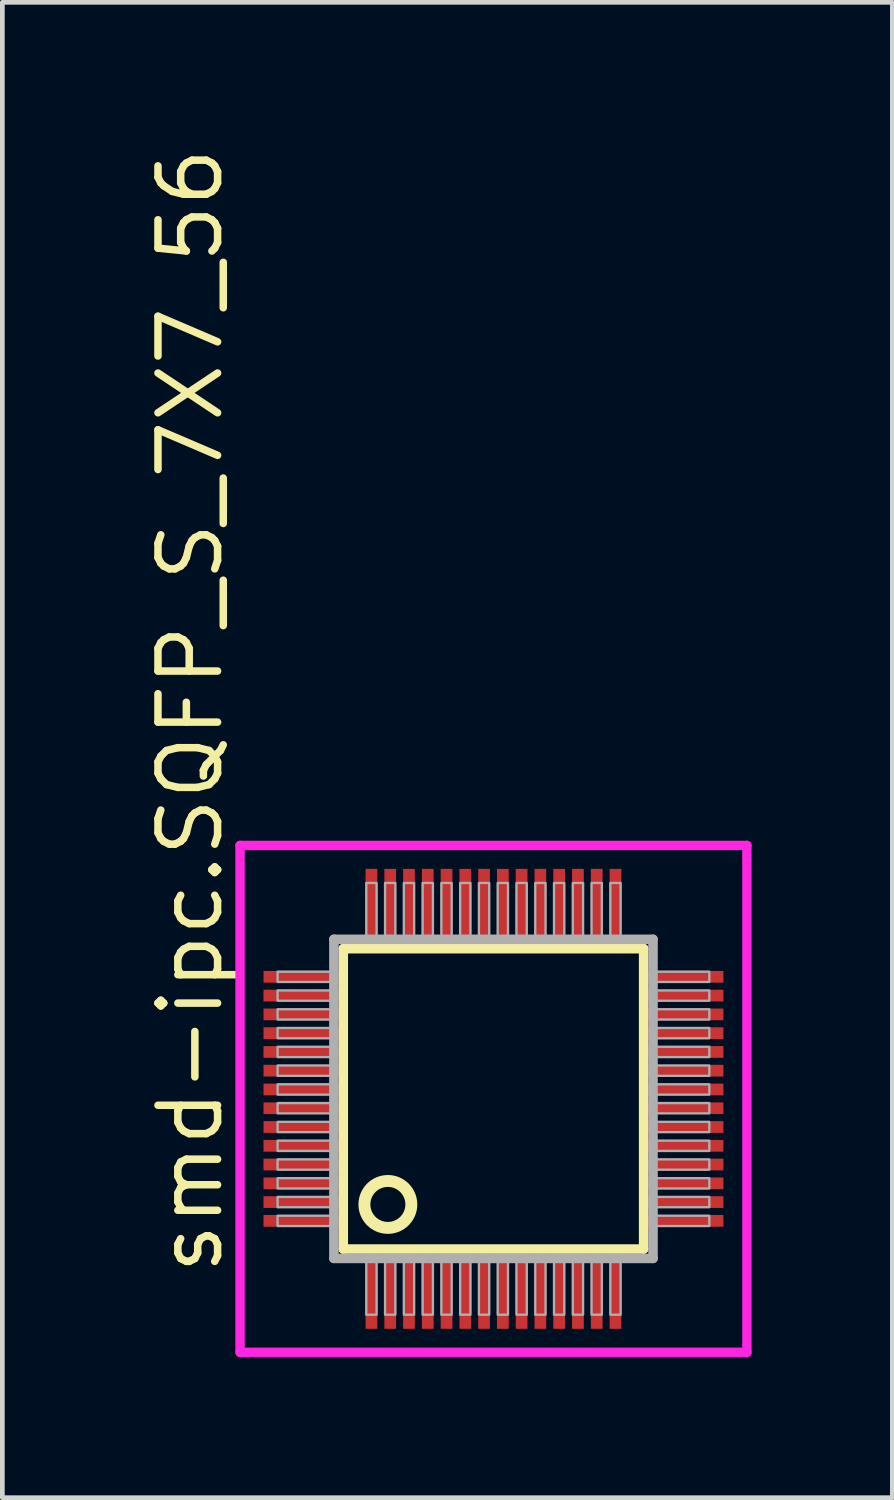
<source format=kicad_pcb>
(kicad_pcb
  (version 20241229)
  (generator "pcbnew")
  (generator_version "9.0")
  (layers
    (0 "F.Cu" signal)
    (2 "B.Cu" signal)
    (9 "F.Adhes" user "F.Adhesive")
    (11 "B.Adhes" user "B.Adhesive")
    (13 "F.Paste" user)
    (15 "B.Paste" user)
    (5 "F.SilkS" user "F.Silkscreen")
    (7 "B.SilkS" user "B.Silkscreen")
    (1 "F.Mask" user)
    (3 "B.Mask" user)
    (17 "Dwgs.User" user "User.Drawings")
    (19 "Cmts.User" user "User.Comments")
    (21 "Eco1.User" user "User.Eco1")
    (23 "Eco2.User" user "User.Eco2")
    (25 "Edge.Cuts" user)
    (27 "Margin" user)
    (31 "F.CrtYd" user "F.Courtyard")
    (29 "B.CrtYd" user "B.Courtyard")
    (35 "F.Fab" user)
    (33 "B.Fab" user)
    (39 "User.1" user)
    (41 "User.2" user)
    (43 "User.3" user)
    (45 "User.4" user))
  (footprint "smd-ipc.SQFP_S_7X7_56"
    (layer "F.Cu")
    (at 7.465 20.365)
    (property "Reference" "smd-ipc.SQFP_S_7X7_56" (at -5.715 3.81 90) (layer "F.SilkS") (effects (font (size 1.27 1.27) (thickness 0.16)) (justify left bottom)))
    (attr smd)
    (fp_line (start -3.2 -3.2) (end 3.2 -3.2) (stroke (width 0.203) (type default)) (layer "F.SilkS"))
    (fp_line (start -3.2 3.2) (end -3.2 -3.2) (stroke (width 0.203) (type default)) (layer "F.SilkS"))
    (fp_line (start 3.2 -3.2) (end 3.2 3.2) (stroke (width 0.203) (type default)) (layer "F.SilkS"))
    (fp_line (start 3.2 3.2) (end -3.2 3.2) (stroke (width 0.203) (type default)) (layer "F.SilkS"))
    (fp_circle (center -2.25 2.25) (end -1.75 2.25) (stroke (width 0.254) (type default)) (fill no) (layer "F.SilkS"))
    (fp_line (start -5.4 -5.4) (end 5.4 -5.4) (stroke (width 0.2) (type default)) (layer "F.CrtYd"))
    (fp_line (start -5.4 5.4) (end -5.4 -5.4) (stroke (width 0.2) (type default)) (layer "F.CrtYd"))
    (fp_line (start 5.4 -5.4) (end 5.4 5.4) (stroke (width 0.2) (type default)) (layer "F.CrtYd"))
    (fp_line (start 5.4 5.4) (end -5.4 5.4) (stroke (width 0.2) (type default)) (layer "F.CrtYd"))
    (fp_line (start -3.4 -3.4) (end -3.4 3.4) (stroke (width 0.203) (type default)) (layer "F.Fab"))
    (fp_line (start -3.4 3.4) (end 3.4 3.4) (stroke (width 0.203) (type default)) (layer "F.Fab"))
    (fp_line (start 3.4 -3.4) (end -3.4 -3.4) (stroke (width 0.203) (type default)) (layer "F.Fab"))
    (fp_line (start 3.4 3.4) (end 3.4 -3.4) (stroke (width 0.203) (type default)) (layer "F.Fab"))
    (fp_rect (start -4.6 -2.49) (end -3.45 -2.71) (stroke (width 0.05) (type default)) (fill no) (layer "F.Fab"))
    (fp_rect (start -4.6 -2.09) (end -3.45 -2.31) (stroke (width 0.05) (type default)) (fill no) (layer "F.Fab"))
    (fp_rect (start -4.6 -1.69) (end -3.45 -1.91) (stroke (width 0.05) (type default)) (fill no) (layer "F.Fab"))
    (fp_rect (start -4.6 -1.29) (end -3.45 -1.51) (stroke (width 0.05) (type default)) (fill no) (layer "F.Fab"))
    (fp_rect (start -4.6 -0.89) (end -3.45 -1.11) (stroke (width 0.05) (type default)) (fill no) (layer "F.Fab"))
    (fp_rect (start -4.6 -0.49) (end -3.45 -0.71) (stroke (width 0.05) (type default)) (fill no) (layer "F.Fab"))
    (fp_rect (start -4.6 -0.09) (end -3.45 -0.31) (stroke (width 0.05) (type default)) (fill no) (layer "F.Fab"))
    (fp_rect (start -4.6 0.31) (end -3.45 0.09) (stroke (width 0.05) (type default)) (fill no) (layer "F.Fab"))
    (fp_rect (start -4.6 0.71) (end -3.45 0.49) (stroke (width 0.05) (type default)) (fill no) (layer "F.Fab"))
    (fp_rect (start -4.6 1.11) (end -3.45 0.89) (stroke (width 0.05) (type default)) (fill no) (layer "F.Fab"))
    (fp_rect (start -4.6 1.51) (end -3.45 1.29) (stroke (width 0.05) (type default)) (fill no) (layer "F.Fab"))
    (fp_rect (start -4.6 1.91) (end -3.45 1.69) (stroke (width 0.05) (type default)) (fill no) (layer "F.Fab"))
    (fp_rect (start -4.6 2.31) (end -3.45 2.09) (stroke (width 0.05) (type default)) (fill no) (layer "F.Fab"))
    (fp_rect (start -4.6 2.71) (end -3.45 2.49) (stroke (width 0.05) (type default)) (fill no) (layer "F.Fab"))
    (fp_rect (start -2.71 -3.45) (end -2.49 -4.6) (stroke (width 0.05) (type default)) (fill no) (layer "F.Fab"))
    (fp_rect (start -2.71 4.6) (end -2.49 3.45) (stroke (width 0.05) (type default)) (fill no) (layer "F.Fab"))
    (fp_rect (start -2.31 -3.45) (end -2.09 -4.6) (stroke (width 0.05) (type default)) (fill no) (layer "F.Fab"))
    (fp_rect (start -2.31 4.6) (end -2.09 3.45) (stroke (width 0.05) (type default)) (fill no) (layer "F.Fab"))
    (fp_rect (start -1.91 -3.45) (end -1.69 -4.6) (stroke (width 0.05) (type default)) (fill no) (layer "F.Fab"))
    (fp_rect (start -1.91 4.6) (end -1.69 3.45) (stroke (width 0.05) (type default)) (fill no) (layer "F.Fab"))
    (fp_rect (start -1.51 -3.45) (end -1.29 -4.6) (stroke (width 0.05) (type default)) (fill no) (layer "F.Fab"))
    (fp_rect (start -1.51 4.6) (end -1.29 3.45) (stroke (width 0.05) (type default)) (fill no) (layer "F.Fab"))
    (fp_rect (start -1.11 -3.45) (end -0.89 -4.6) (stroke (width 0.05) (type default)) (fill no) (layer "F.Fab"))
    (fp_rect (start -1.11 4.6) (end -0.89 3.45) (stroke (width 0.05) (type default)) (fill no) (layer "F.Fab"))
    (fp_rect (start -0.71 -3.45) (end -0.49 -4.6) (stroke (width 0.05) (type default)) (fill no) (layer "F.Fab"))
    (fp_rect (start -0.71 4.6) (end -0.49 3.45) (stroke (width 0.05) (type default)) (fill no) (layer "F.Fab"))
    (fp_rect (start -0.31 -3.45) (end -0.09 -4.6) (stroke (width 0.05) (type default)) (fill no) (layer "F.Fab"))
    (fp_rect (start -0.31 4.6) (end -0.09 3.45) (stroke (width 0.05) (type default)) (fill no) (layer "F.Fab"))
    (fp_rect (start 0.09 -3.45) (end 0.31 -4.6) (stroke (width 0.05) (type default)) (fill no) (layer "F.Fab"))
    (fp_rect (start 0.09 4.6) (end 0.31 3.45) (stroke (width 0.05) (type default)) (fill no) (layer "F.Fab"))
    (fp_rect (start 0.49 -3.45) (end 0.71 -4.6) (stroke (width 0.05) (type default)) (fill no) (layer "F.Fab"))
    (fp_rect (start 0.49 4.6) (end 0.71 3.45) (stroke (width 0.05) (type default)) (fill no) (layer "F.Fab"))
    (fp_rect (start 0.89 -3.45) (end 1.11 -4.6) (stroke (width 0.05) (type default)) (fill no) (layer "F.Fab"))
    (fp_rect (start 0.89 4.6) (end 1.11 3.45) (stroke (width 0.05) (type default)) (fill no) (layer "F.Fab"))
    (fp_rect (start 1.29 -3.45) (end 1.51 -4.6) (stroke (width 0.05) (type default)) (fill no) (layer "F.Fab"))
    (fp_rect (start 1.29 4.6) (end 1.51 3.45) (stroke (width 0.05) (type default)) (fill no) (layer "F.Fab"))
    (fp_rect (start 1.69 -3.45) (end 1.91 -4.6) (stroke (width 0.05) (type default)) (fill no) (layer "F.Fab"))
    (fp_rect (start 1.69 4.6) (end 1.91 3.45) (stroke (width 0.05) (type default)) (fill no) (layer "F.Fab"))
    (fp_rect (start 2.09 -3.45) (end 2.31 -4.6) (stroke (width 0.05) (type default)) (fill no) (layer "F.Fab"))
    (fp_rect (start 2.09 4.6) (end 2.31 3.45) (stroke (width 0.05) (type default)) (fill no) (layer "F.Fab"))
    (fp_rect (start 2.49 -3.45) (end 2.71 -4.6) (stroke (width 0.05) (type default)) (fill no) (layer "F.Fab"))
    (fp_rect (start 2.49 4.6) (end 2.71 3.45) (stroke (width 0.05) (type default)) (fill no) (layer "F.Fab"))
    (fp_rect (start 3.45 -2.49) (end 4.6 -2.71) (stroke (width 0.05) (type default)) (fill no) (layer "F.Fab"))
    (fp_rect (start 3.45 -2.09) (end 4.6 -2.31) (stroke (width 0.05) (type default)) (fill no) (layer "F.Fab"))
    (fp_rect (start 3.45 -1.69) (end 4.6 -1.91) (stroke (width 0.05) (type default)) (fill no) (layer "F.Fab"))
    (fp_rect (start 3.45 -1.29) (end 4.6 -1.51) (stroke (width 0.05) (type default)) (fill no) (layer "F.Fab"))
    (fp_rect (start 3.45 -0.89) (end 4.6 -1.11) (stroke (width 0.05) (type default)) (fill no) (layer "F.Fab"))
    (fp_rect (start 3.45 -0.49) (end 4.6 -0.71) (stroke (width 0.05) (type default)) (fill no) (layer "F.Fab"))
    (fp_rect (start 3.45 -0.09) (end 4.6 -0.31) (stroke (width 0.05) (type default)) (fill no) (layer "F.Fab"))
    (fp_rect (start 3.45 0.31) (end 4.6 0.09) (stroke (width 0.05) (type default)) (fill no) (layer "F.Fab"))
    (fp_rect (start 3.45 0.71) (end 4.6 0.49) (stroke (width 0.05) (type default)) (fill no) (layer "F.Fab"))
    (fp_rect (start 3.45 1.11) (end 4.6 0.89) (stroke (width 0.05) (type default)) (fill no) (layer "F.Fab"))
    (fp_rect (start 3.45 1.51) (end 4.6 1.29) (stroke (width 0.05) (type default)) (fill no) (layer "F.Fab"))
    (fp_rect (start 3.45 1.91) (end 4.6 1.69) (stroke (width 0.05) (type default)) (fill no) (layer "F.Fab"))
    (fp_rect (start 3.45 2.31) (end 4.6 2.09) (stroke (width 0.05) (type default)) (fill no) (layer "F.Fab"))
    (fp_rect (start 3.45 2.71) (end 4.6 2.49) (stroke (width 0.05) (type default)) (fill no) (layer "F.Fab"))
    (pad "1" smd roundrect (at -2.6 4.1) (size 0.25 1.6) (layers "F.Cu" "F.Mask" "F.Paste") (roundrect_rratio 0.01))
    (pad "2" smd roundrect (at -2.2 4.1) (size 0.25 1.6) (layers "F.Cu" "F.Mask" "F.Paste") (roundrect_rratio 0.01))
    (pad "3" smd roundrect (at -1.8 4.1) (size 0.25 1.6) (layers "F.Cu" "F.Mask" "F.Paste") (roundrect_rratio 0.01))
    (pad "4" smd roundrect (at -1.4 4.1) (size 0.25 1.6) (layers "F.Cu" "F.Mask" "F.Paste") (roundrect_rratio 0.01))
    (pad "5" smd roundrect (at -1 4.1) (size 0.25 1.6) (layers "F.Cu" "F.Mask" "F.Paste") (roundrect_rratio 0.01))
    (pad "6" smd roundrect (at -0.6 4.1) (size 0.25 1.6) (layers "F.Cu" "F.Mask" "F.Paste") (roundrect_rratio 0.01))
    (pad "7" smd roundrect (at -0.2 4.1) (size 0.25 1.6) (layers "F.Cu" "F.Mask" "F.Paste") (roundrect_rratio 0.01))
    (pad "8" smd roundrect (at 0.2 4.1) (size 0.25 1.6) (layers "F.Cu" "F.Mask" "F.Paste") (roundrect_rratio 0.01))
    (pad "9" smd roundrect (at 0.6 4.1) (size 0.25 1.6) (layers "F.Cu" "F.Mask" "F.Paste") (roundrect_rratio 0.01))
    (pad "10" smd roundrect (at 1 4.1) (size 0.25 1.6) (layers "F.Cu" "F.Mask" "F.Paste") (roundrect_rratio 0.01))
    (pad "11" smd roundrect (at 1.4 4.1) (size 0.25 1.6) (layers "F.Cu" "F.Mask" "F.Paste") (roundrect_rratio 0.01))
    (pad "12" smd roundrect (at 1.8 4.1) (size 0.25 1.6) (layers "F.Cu" "F.Mask" "F.Paste") (roundrect_rratio 0.01))
    (pad "13" smd roundrect (at 2.2 4.1) (size 0.25 1.6) (layers "F.Cu" "F.Mask" "F.Paste") (roundrect_rratio 0.01))
    (pad "14" smd roundrect (at 2.6 4.1) (size 0.25 1.6) (layers "F.Cu" "F.Mask" "F.Paste") (roundrect_rratio 0.01))
    (pad "15" smd roundrect (at 4.1 2.6) (size 1.6 0.25) (layers "F.Cu" "F.Mask" "F.Paste") (roundrect_rratio 0.01))
    (pad "16" smd roundrect (at 4.1 2.2) (size 1.6 0.25) (layers "F.Cu" "F.Mask" "F.Paste") (roundrect_rratio 0.01))
    (pad "17" smd roundrect (at 4.1 1.8) (size 1.6 0.25) (layers "F.Cu" "F.Mask" "F.Paste") (roundrect_rratio 0.01))
    (pad "18" smd roundrect (at 4.1 1.4) (size 1.6 0.25) (layers "F.Cu" "F.Mask" "F.Paste") (roundrect_rratio 0.01))
    (pad "19" smd roundrect (at 4.1 1) (size 1.6 0.25) (layers "F.Cu" "F.Mask" "F.Paste") (roundrect_rratio 0.01))
    (pad "20" smd roundrect (at 4.1 0.6) (size 1.6 0.25) (layers "F.Cu" "F.Mask" "F.Paste") (roundrect_rratio 0.01))
    (pad "21" smd roundrect (at 4.1 0.2) (size 1.6 0.25) (layers "F.Cu" "F.Mask" "F.Paste") (roundrect_rratio 0.01))
    (pad "22" smd roundrect (at 4.1 -0.2) (size 1.6 0.25) (layers "F.Cu" "F.Mask" "F.Paste") (roundrect_rratio 0.01))
    (pad "23" smd roundrect (at 4.1 -0.6) (size 1.6 0.25) (layers "F.Cu" "F.Mask" "F.Paste") (roundrect_rratio 0.01))
    (pad "24" smd roundrect (at 4.1 -1) (size 1.6 0.25) (layers "F.Cu" "F.Mask" "F.Paste") (roundrect_rratio 0.01))
    (pad "25" smd roundrect (at 4.1 -1.4) (size 1.6 0.25) (layers "F.Cu" "F.Mask" "F.Paste") (roundrect_rratio 0.01))
    (pad "26" smd roundrect (at 4.1 -1.8) (size 1.6 0.25) (layers "F.Cu" "F.Mask" "F.Paste") (roundrect_rratio 0.01))
    (pad "27" smd roundrect (at 4.1 -2.2) (size 1.6 0.25) (layers "F.Cu" "F.Mask" "F.Paste") (roundrect_rratio 0.01))
    (pad "28" smd roundrect (at 4.1 -2.6) (size 1.6 0.25) (layers "F.Cu" "F.Mask" "F.Paste") (roundrect_rratio 0.01))
    (pad "29" smd roundrect (at 2.6 -4.1) (size 0.25 1.6) (layers "F.Cu" "F.Mask" "F.Paste") (roundrect_rratio 0.01))
    (pad "30" smd roundrect (at 2.2 -4.1) (size 0.25 1.6) (layers "F.Cu" "F.Mask" "F.Paste") (roundrect_rratio 0.01))
    (pad "31" smd roundrect (at 1.8 -4.1) (size 0.25 1.6) (layers "F.Cu" "F.Mask" "F.Paste") (roundrect_rratio 0.01))
    (pad "32" smd roundrect (at 1.4 -4.1) (size 0.25 1.6) (layers "F.Cu" "F.Mask" "F.Paste") (roundrect_rratio 0.01))
    (pad "33" smd roundrect (at 1 -4.1) (size 0.25 1.6) (layers "F.Cu" "F.Mask" "F.Paste") (roundrect_rratio 0.01))
    (pad "34" smd roundrect (at 0.6 -4.1) (size 0.25 1.6) (layers "F.Cu" "F.Mask" "F.Paste") (roundrect_rratio 0.01))
    (pad "35" smd roundrect (at 0.2 -4.1) (size 0.25 1.6) (layers "F.Cu" "F.Mask" "F.Paste") (roundrect_rratio 0.01))
    (pad "36" smd roundrect (at -0.2 -4.1) (size 0.25 1.6) (layers "F.Cu" "F.Mask" "F.Paste") (roundrect_rratio 0.01))
    (pad "37" smd roundrect (at -0.6 -4.1) (size 0.25 1.6) (layers "F.Cu" "F.Mask" "F.Paste") (roundrect_rratio 0.01))
    (pad "38" smd roundrect (at -1 -4.1) (size 0.25 1.6) (layers "F.Cu" "F.Mask" "F.Paste") (roundrect_rratio 0.01))
    (pad "39" smd roundrect (at -1.4 -4.1) (size 0.25 1.6) (layers "F.Cu" "F.Mask" "F.Paste") (roundrect_rratio 0.01))
    (pad "40" smd roundrect (at -1.8 -4.1) (size 0.25 1.6) (layers "F.Cu" "F.Mask" "F.Paste") (roundrect_rratio 0.01))
    (pad "41" smd roundrect (at -2.2 -4.1) (size 0.25 1.6) (layers "F.Cu" "F.Mask" "F.Paste") (roundrect_rratio 0.01))
    (pad "42" smd roundrect (at -2.6 -4.1) (size 0.25 1.6) (layers "F.Cu" "F.Mask" "F.Paste") (roundrect_rratio 0.01))
    (pad "43" smd roundrect (at -4.1 -2.6) (size 1.6 0.25) (layers "F.Cu" "F.Mask" "F.Paste") (roundrect_rratio 0.01))
    (pad "44" smd roundrect (at -4.1 -2.2) (size 1.6 0.25) (layers "F.Cu" "F.Mask" "F.Paste") (roundrect_rratio 0.01))
    (pad "45" smd roundrect (at -4.1 -1.8) (size 1.6 0.25) (layers "F.Cu" "F.Mask" "F.Paste") (roundrect_rratio 0.01))
    (pad "46" smd roundrect (at -4.1 -1.4) (size 1.6 0.25) (layers "F.Cu" "F.Mask" "F.Paste") (roundrect_rratio 0.01))
    (pad "47" smd roundrect (at -4.1 -1) (size 1.6 0.25) (layers "F.Cu" "F.Mask" "F.Paste") (roundrect_rratio 0.01))
    (pad "48" smd roundrect (at -4.1 -0.6) (size 1.6 0.25) (layers "F.Cu" "F.Mask" "F.Paste") (roundrect_rratio 0.01))
    (pad "49" smd roundrect (at -4.1 -0.2) (size 1.6 0.25) (layers "F.Cu" "F.Mask" "F.Paste") (roundrect_rratio 0.01))
    (pad "50" smd roundrect (at -4.1 0.2) (size 1.6 0.25) (layers "F.Cu" "F.Mask" "F.Paste") (roundrect_rratio 0.01))
    (pad "51" smd roundrect (at -4.1 0.6) (size 1.6 0.25) (layers "F.Cu" "F.Mask" "F.Paste") (roundrect_rratio 0.01))
    (pad "52" smd roundrect (at -4.1 1) (size 1.6 0.25) (layers "F.Cu" "F.Mask" "F.Paste") (roundrect_rratio 0.01))
    (pad "53" smd roundrect (at -4.1 1.4) (size 1.6 0.25) (layers "F.Cu" "F.Mask" "F.Paste") (roundrect_rratio 0.01))
    (pad "54" smd roundrect (at -4.1 1.8) (size 1.6 0.25) (layers "F.Cu" "F.Mask" "F.Paste") (roundrect_rratio 0.01))
    (pad "55" smd roundrect (at -4.1 2.2) (size 1.6 0.25) (layers "F.Cu" "F.Mask" "F.Paste") (roundrect_rratio 0.01))
    (pad "56" smd roundrect (at -4.1 2.6) (size 1.6 0.25) (layers "F.Cu" "F.Mask" "F.Paste") (roundrect_rratio 0.01)))
  (gr_rect
    (start -3 -3)
    (end 15.965 28.864)
    (stroke (width 0.1) (type default))
    (fill no)
    (layer "Edge.Cuts")))
</source>
